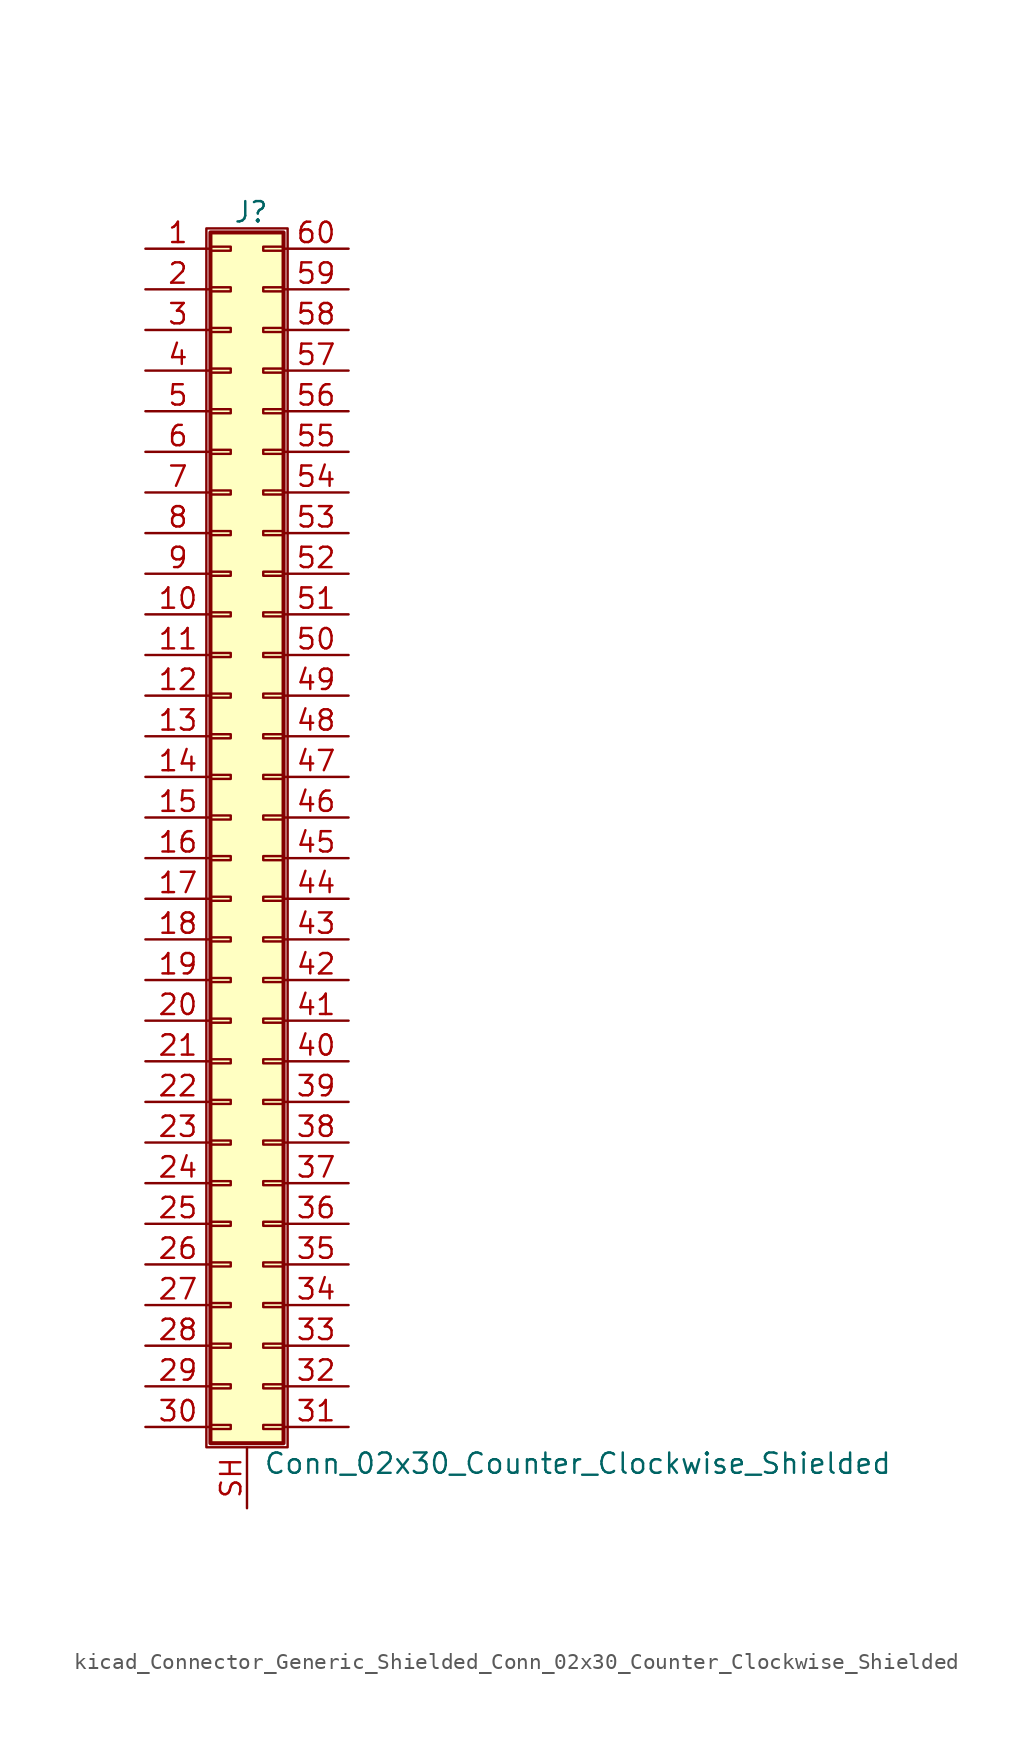
<source format=kicad_sym>
(kicad_symbol_lib
  (version 20220914)
  (generator kicad_symbol_editor)
  (symbol "kicad_Connector_Generic_Shielded_Conn_02x30_Counter_Clockwise_Shielded"
    (pin_names
      (offset 1.016) hide)
    (property "Reference" "J"
      (at 1.524 37.846 0)
      (effects (font (size 1.27 1.27))))
    (property "Value" "Conn_02x30_Counter_Clockwise_Shielded"
      (at 2.286 -40.386 0)
      (effects (font (size 1.27 1.27)) (justify left)))
    (symbol "kicad_Connector_Generic_Shielded_Conn_02x30_Counter_Clockwise_Shielded_1_1"
      (rectangle (start -1.27 36.83) (end 3.81 -39.37) (stroke (width 0.152) (type default)) (fill (type none)))
      (rectangle (start -1.016 -37.973) (end 0.254 -38.227) (stroke (width 0.152) (type default)) (fill (type none)))
      (rectangle (start -1.016 -35.433) (end 0.254 -35.687) (stroke (width 0.152) (type default)) (fill (type none)))
      (rectangle (start -1.016 -32.893) (end 0.254 -33.147) (stroke (width 0.152) (type default)) (fill (type none)))
      (rectangle (start -1.016 -30.353) (end 0.254 -30.607) (stroke (width 0.152) (type default)) (fill (type none)))
      (rectangle (start -1.016 -27.813) (end 0.254 -28.067) (stroke (width 0.152) (type default)) (fill (type none)))
      (rectangle (start -1.016 -25.273) (end 0.254 -25.527) (stroke (width 0.152) (type default)) (fill (type none)))
      (rectangle (start -1.016 -22.733) (end 0.254 -22.987) (stroke (width 0.152) (type default)) (fill (type none)))
      (rectangle (start -1.016 -20.193) (end 0.254 -20.447) (stroke (width 0.152) (type default)) (fill (type none)))
      (rectangle (start -1.016 -17.653) (end 0.254 -17.907) (stroke (width 0.152) (type default)) (fill (type none)))
      (rectangle (start -1.016 -15.113) (end 0.254 -15.367) (stroke (width 0.152) (type default)) (fill (type none)))
      (rectangle (start -1.016 -12.573) (end 0.254 -12.827) (stroke (width 0.152) (type default)) (fill (type none)))
      (rectangle (start -1.016 -10.033) (end 0.254 -10.287) (stroke (width 0.152) (type default)) (fill (type none)))
      (rectangle (start -1.016 -7.493) (end 0.254 -7.747) (stroke (width 0.152) (type default)) (fill (type none)))
      (rectangle (start -1.016 -4.953) (end 0.254 -5.207) (stroke (width 0.152) (type default)) (fill (type none)))
      (rectangle (start -1.016 -2.413) (end 0.254 -2.667) (stroke (width 0.152) (type default)) (fill (type none)))
      (rectangle (start -1.016 0.127) (end 0.254 -0.127) (stroke (width 0.152) (type default)) (fill (type none)))
      (rectangle (start -1.016 2.667) (end 0.254 2.413) (stroke (width 0.152) (type default)) (fill (type none)))
      (rectangle (start -1.016 5.207) (end 0.254 4.953) (stroke (width 0.152) (type default)) (fill (type none)))
      (rectangle (start -1.016 7.747) (end 0.254 7.493) (stroke (width 0.152) (type default)) (fill (type none)))
      (rectangle (start -1.016 10.287) (end 0.254 10.033) (stroke (width 0.152) (type default)) (fill (type none)))
      (rectangle (start -1.016 12.827) (end 0.254 12.573) (stroke (width 0.152) (type default)) (fill (type none)))
      (rectangle (start -1.016 15.367) (end 0.254 15.113) (stroke (width 0.152) (type default)) (fill (type none)))
      (rectangle (start -1.016 17.907) (end 0.254 17.653) (stroke (width 0.152) (type default)) (fill (type none)))
      (rectangle (start -1.016 20.447) (end 0.254 20.193) (stroke (width 0.152) (type default)) (fill (type none)))
      (rectangle (start -1.016 22.987) (end 0.254 22.733) (stroke (width 0.152) (type default)) (fill (type none)))
      (rectangle (start -1.016 25.527) (end 0.254 25.273) (stroke (width 0.152) (type default)) (fill (type none)))
      (rectangle (start -1.016 28.067) (end 0.254 27.813) (stroke (width 0.152) (type default)) (fill (type none)))
      (rectangle (start -1.016 30.607) (end 0.254 30.353) (stroke (width 0.152) (type default)) (fill (type none)))
      (rectangle (start -1.016 33.147) (end 0.254 32.893) (stroke (width 0.152) (type default)) (fill (type none)))
      (rectangle (start -1.016 35.687) (end 0.254 35.433) (stroke (width 0.152) (type default)) (fill (type none)))
      (rectangle (start -1.016 36.576) (end 3.556 -39.116) (stroke (width 0.254) (type default)) (fill (type background)))
      (rectangle (start 3.556 -37.973) (end 2.286 -38.227) (stroke (width 0.152) (type default)) (fill (type none)))
      (rectangle (start 3.556 -35.433) (end 2.286 -35.687) (stroke (width 0.152) (type default)) (fill (type none)))
      (rectangle (start 3.556 -32.893) (end 2.286 -33.147) (stroke (width 0.152) (type default)) (fill (type none)))
      (rectangle (start 3.556 -30.353) (end 2.286 -30.607) (stroke (width 0.152) (type default)) (fill (type none)))
      (rectangle (start 3.556 -27.813) (end 2.286 -28.067) (stroke (width 0.152) (type default)) (fill (type none)))
      (rectangle (start 3.556 -25.273) (end 2.286 -25.527) (stroke (width 0.152) (type default)) (fill (type none)))
      (rectangle (start 3.556 -22.733) (end 2.286 -22.987) (stroke (width 0.152) (type default)) (fill (type none)))
      (rectangle (start 3.556 -20.193) (end 2.286 -20.447) (stroke (width 0.152) (type default)) (fill (type none)))
      (rectangle (start 3.556 -17.653) (end 2.286 -17.907) (stroke (width 0.152) (type default)) (fill (type none)))
      (rectangle (start 3.556 -15.113) (end 2.286 -15.367) (stroke (width 0.152) (type default)) (fill (type none)))
      (rectangle (start 3.556 -12.573) (end 2.286 -12.827) (stroke (width 0.152) (type default)) (fill (type none)))
      (rectangle (start 3.556 -10.033) (end 2.286 -10.287) (stroke (width 0.152) (type default)) (fill (type none)))
      (rectangle (start 3.556 -7.493) (end 2.286 -7.747) (stroke (width 0.152) (type default)) (fill (type none)))
      (rectangle (start 3.556 -4.953) (end 2.286 -5.207) (stroke (width 0.152) (type default)) (fill (type none)))
      (rectangle (start 3.556 -2.413) (end 2.286 -2.667) (stroke (width 0.152) (type default)) (fill (type none)))
      (rectangle (start 3.556 0.127) (end 2.286 -0.127) (stroke (width 0.152) (type default)) (fill (type none)))
      (rectangle (start 3.556 2.667) (end 2.286 2.413) (stroke (width 0.152) (type default)) (fill (type none)))
      (rectangle (start 3.556 5.207) (end 2.286 4.953) (stroke (width 0.152) (type default)) (fill (type none)))
      (rectangle (start 3.556 7.747) (end 2.286 7.493) (stroke (width 0.152) (type default)) (fill (type none)))
      (rectangle (start 3.556 10.287) (end 2.286 10.033) (stroke (width 0.152) (type default)) (fill (type none)))
      (rectangle (start 3.556 12.827) (end 2.286 12.573) (stroke (width 0.152) (type default)) (fill (type none)))
      (rectangle (start 3.556 15.367) (end 2.286 15.113) (stroke (width 0.152) (type default)) (fill (type none)))
      (rectangle (start 3.556 17.907) (end 2.286 17.653) (stroke (width 0.152) (type default)) (fill (type none)))
      (rectangle (start 3.556 20.447) (end 2.286 20.193) (stroke (width 0.152) (type default)) (fill (type none)))
      (rectangle (start 3.556 22.987) (end 2.286 22.733) (stroke (width 0.152) (type default)) (fill (type none)))
      (rectangle (start 3.556 25.527) (end 2.286 25.273) (stroke (width 0.152) (type default)) (fill (type none)))
      (rectangle (start 3.556 28.067) (end 2.286 27.813) (stroke (width 0.152) (type default)) (fill (type none)))
      (rectangle (start 3.556 30.607) (end 2.286 30.353) (stroke (width 0.152) (type default)) (fill (type none)))
      (rectangle (start 3.556 33.147) (end 2.286 32.893) (stroke (width 0.152) (type default)) (fill (type none)))
      (rectangle (start 3.556 35.687) (end 2.286 35.433) (stroke (width 0.152) (type default)) (fill (type none)))
      (pin passive line (at -5.08 35.56 0) (length 4.064) (name "Pin_1" (effects (font (size 1.27 1.27)))) (number "1" (effects (font (size 1.27 1.27)))))
      (pin passive line (at -5.08 12.7 0) (length 4.064) (name "Pin_10" (effects (font (size 1.27 1.27)))) (number "10" (effects (font (size 1.27 1.27)))))
      (pin passive line (at -5.08 10.16 0) (length 4.064) (name "Pin_11" (effects (font (size 1.27 1.27)))) (number "11" (effects (font (size 1.27 1.27)))))
      (pin passive line (at -5.08 7.62 0) (length 4.064) (name "Pin_12" (effects (font (size 1.27 1.27)))) (number "12" (effects (font (size 1.27 1.27)))))
      (pin passive line (at -5.08 5.08 0) (length 4.064) (name "Pin_13" (effects (font (size 1.27 1.27)))) (number "13" (effects (font (size 1.27 1.27)))))
      (pin passive line (at -5.08 2.54 0) (length 4.064) (name "Pin_14" (effects (font (size 1.27 1.27)))) (number "14" (effects (font (size 1.27 1.27)))))
      (pin passive line (at -5.08 0 0) (length 4.064) (name "Pin_15" (effects (font (size 1.27 1.27)))) (number "15" (effects (font (size 1.27 1.27)))))
      (pin passive line (at -5.08 -2.54 0) (length 4.064) (name "Pin_16" (effects (font (size 1.27 1.27)))) (number "16" (effects (font (size 1.27 1.27)))))
      (pin passive line (at -5.08 -5.08 0) (length 4.064) (name "Pin_17" (effects (font (size 1.27 1.27)))) (number "17" (effects (font (size 1.27 1.27)))))
      (pin passive line (at -5.08 -7.62 0) (length 4.064) (name "Pin_18" (effects (font (size 1.27 1.27)))) (number "18" (effects (font (size 1.27 1.27)))))
      (pin passive line (at -5.08 -10.16 0) (length 4.064) (name "Pin_19" (effects (font (size 1.27 1.27)))) (number "19" (effects (font (size 1.27 1.27)))))
      (pin passive line (at -5.08 33.02 0) (length 4.064) (name "Pin_2" (effects (font (size 1.27 1.27)))) (number "2" (effects (font (size 1.27 1.27)))))
      (pin passive line (at -5.08 -12.7 0) (length 4.064) (name "Pin_20" (effects (font (size 1.27 1.27)))) (number "20" (effects (font (size 1.27 1.27)))))
      (pin passive line (at -5.08 -15.24 0) (length 4.064) (name "Pin_21" (effects (font (size 1.27 1.27)))) (number "21" (effects (font (size 1.27 1.27)))))
      (pin passive line (at -5.08 -17.78 0) (length 4.064) (name "Pin_22" (effects (font (size 1.27 1.27)))) (number "22" (effects (font (size 1.27 1.27)))))
      (pin passive line (at -5.08 -20.32 0) (length 4.064) (name "Pin_23" (effects (font (size 1.27 1.27)))) (number "23" (effects (font (size 1.27 1.27)))))
      (pin passive line (at -5.08 -22.86 0) (length 4.064) (name "Pin_24" (effects (font (size 1.27 1.27)))) (number "24" (effects (font (size 1.27 1.27)))))
      (pin passive line (at -5.08 -25.4 0) (length 4.064) (name "Pin_25" (effects (font (size 1.27 1.27)))) (number "25" (effects (font (size 1.27 1.27)))))
      (pin passive line (at -5.08 -27.94 0) (length 4.064) (name "Pin_26" (effects (font (size 1.27 1.27)))) (number "26" (effects (font (size 1.27 1.27)))))
      (pin passive line (at -5.08 -30.48 0) (length 4.064) (name "Pin_27" (effects (font (size 1.27 1.27)))) (number "27" (effects (font (size 1.27 1.27)))))
      (pin passive line (at -5.08 -33.02 0) (length 4.064) (name "Pin_28" (effects (font (size 1.27 1.27)))) (number "28" (effects (font (size 1.27 1.27)))))
      (pin passive line (at -5.08 -35.56 0) (length 4.064) (name "Pin_29" (effects (font (size 1.27 1.27)))) (number "29" (effects (font (size 1.27 1.27)))))
      (pin passive line (at -5.08 30.48 0) (length 4.064) (name "Pin_3" (effects (font (size 1.27 1.27)))) (number "3" (effects (font (size 1.27 1.27)))))
      (pin passive line (at -5.08 -38.1 0) (length 4.064) (name "Pin_30" (effects (font (size 1.27 1.27)))) (number "30" (effects (font (size 1.27 1.27)))))
      (pin passive line (at 7.62 -38.1 180) (length 4.064) (name "Pin_31" (effects (font (size 1.27 1.27)))) (number "31" (effects (font (size 1.27 1.27)))))
      (pin passive line (at 7.62 -35.56 180) (length 4.064) (name "Pin_32" (effects (font (size 1.27 1.27)))) (number "32" (effects (font (size 1.27 1.27)))))
      (pin passive line (at 7.62 -33.02 180) (length 4.064) (name "Pin_33" (effects (font (size 1.27 1.27)))) (number "33" (effects (font (size 1.27 1.27)))))
      (pin passive line (at 7.62 -30.48 180) (length 4.064) (name "Pin_34" (effects (font (size 1.27 1.27)))) (number "34" (effects (font (size 1.27 1.27)))))
      (pin passive line (at 7.62 -27.94 180) (length 4.064) (name "Pin_35" (effects (font (size 1.27 1.27)))) (number "35" (effects (font (size 1.27 1.27)))))
      (pin passive line (at 7.62 -25.4 180) (length 4.064) (name "Pin_36" (effects (font (size 1.27 1.27)))) (number "36" (effects (font (size 1.27 1.27)))))
      (pin passive line (at 7.62 -22.86 180) (length 4.064) (name "Pin_37" (effects (font (size 1.27 1.27)))) (number "37" (effects (font (size 1.27 1.27)))))
      (pin passive line (at 7.62 -20.32 180) (length 4.064) (name "Pin_38" (effects (font (size 1.27 1.27)))) (number "38" (effects (font (size 1.27 1.27)))))
      (pin passive line (at 7.62 -17.78 180) (length 4.064) (name "Pin_39" (effects (font (size 1.27 1.27)))) (number "39" (effects (font (size 1.27 1.27)))))
      (pin passive line (at -5.08 27.94 0) (length 4.064) (name "Pin_4" (effects (font (size 1.27 1.27)))) (number "4" (effects (font (size 1.27 1.27)))))
      (pin passive line (at 7.62 -15.24 180) (length 4.064) (name "Pin_40" (effects (font (size 1.27 1.27)))) (number "40" (effects (font (size 1.27 1.27)))))
      (pin passive line (at 7.62 -12.7 180) (length 4.064) (name "Pin_41" (effects (font (size 1.27 1.27)))) (number "41" (effects (font (size 1.27 1.27)))))
      (pin passive line (at 7.62 -10.16 180) (length 4.064) (name "Pin_42" (effects (font (size 1.27 1.27)))) (number "42" (effects (font (size 1.27 1.27)))))
      (pin passive line (at 7.62 -7.62 180) (length 4.064) (name "Pin_43" (effects (font (size 1.27 1.27)))) (number "43" (effects (font (size 1.27 1.27)))))
      (pin passive line (at 7.62 -5.08 180) (length 4.064) (name "Pin_44" (effects (font (size 1.27 1.27)))) (number "44" (effects (font (size 1.27 1.27)))))
      (pin passive line (at 7.62 -2.54 180) (length 4.064) (name "Pin_45" (effects (font (size 1.27 1.27)))) (number "45" (effects (font (size 1.27 1.27)))))
      (pin passive line (at 7.62 0 180) (length 4.064) (name "Pin_46" (effects (font (size 1.27 1.27)))) (number "46" (effects (font (size 1.27 1.27)))))
      (pin passive line (at 7.62 2.54 180) (length 4.064) (name "Pin_47" (effects (font (size 1.27 1.27)))) (number "47" (effects (font (size 1.27 1.27)))))
      (pin passive line (at 7.62 5.08 180) (length 4.064) (name "Pin_48" (effects (font (size 1.27 1.27)))) (number "48" (effects (font (size 1.27 1.27)))))
      (pin passive line (at 7.62 7.62 180) (length 4.064) (name "Pin_49" (effects (font (size 1.27 1.27)))) (number "49" (effects (font (size 1.27 1.27)))))
      (pin passive line (at -5.08 25.4 0) (length 4.064) (name "Pin_5" (effects (font (size 1.27 1.27)))) (number "5" (effects (font (size 1.27 1.27)))))
      (pin passive line (at 7.62 10.16 180) (length 4.064) (name "Pin_50" (effects (font (size 1.27 1.27)))) (number "50" (effects (font (size 1.27 1.27)))))
      (pin passive line (at 7.62 12.7 180) (length 4.064) (name "Pin_51" (effects (font (size 1.27 1.27)))) (number "51" (effects (font (size 1.27 1.27)))))
      (pin passive line (at 7.62 15.24 180) (length 4.064) (name "Pin_52" (effects (font (size 1.27 1.27)))) (number "52" (effects (font (size 1.27 1.27)))))
      (pin passive line (at 7.62 17.78 180) (length 4.064) (name "Pin_53" (effects (font (size 1.27 1.27)))) (number "53" (effects (font (size 1.27 1.27)))))
      (pin passive line (at 7.62 20.32 180) (length 4.064) (name "Pin_54" (effects (font (size 1.27 1.27)))) (number "54" (effects (font (size 1.27 1.27)))))
      (pin passive line (at 7.62 22.86 180) (length 4.064) (name "Pin_55" (effects (font (size 1.27 1.27)))) (number "55" (effects (font (size 1.27 1.27)))))
      (pin passive line (at 7.62 25.4 180) (length 4.064) (name "Pin_56" (effects (font (size 1.27 1.27)))) (number "56" (effects (font (size 1.27 1.27)))))
      (pin passive line (at 7.62 27.94 180) (length 4.064) (name "Pin_57" (effects (font (size 1.27 1.27)))) (number "57" (effects (font (size 1.27 1.27)))))
      (pin passive line (at 7.62 30.48 180) (length 4.064) (name "Pin_58" (effects (font (size 1.27 1.27)))) (number "58" (effects (font (size 1.27 1.27)))))
      (pin passive line (at 7.62 33.02 180) (length 4.064) (name "Pin_59" (effects (font (size 1.27 1.27)))) (number "59" (effects (font (size 1.27 1.27)))))
      (pin passive line (at -5.08 22.86 0) (length 4.064) (name "Pin_6" (effects (font (size 1.27 1.27)))) (number "6" (effects (font (size 1.27 1.27)))))
      (pin passive line (at 7.62 35.56 180) (length 4.064) (name "Pin_60" (effects (font (size 1.27 1.27)))) (number "60" (effects (font (size 1.27 1.27)))))
      (pin passive line (at -5.08 20.32 0) (length 4.064) (name "Pin_7" (effects (font (size 1.27 1.27)))) (number "7" (effects (font (size 1.27 1.27)))))
      (pin passive line (at -5.08 17.78 0) (length 4.064) (name "Pin_8" (effects (font (size 1.27 1.27)))) (number "8" (effects (font (size 1.27 1.27)))))
      (pin passive line (at -5.08 15.24 0) (length 4.064) (name "Pin_9" (effects (font (size 1.27 1.27)))) (number "9" (effects (font (size 1.27 1.27)))))
      (pin passive line (at 1.27 -43.18 90) (length 3.81) (name "Shield" (effects (font (size 1.27 1.27)))) (number "SH" (effects (font (size 1.27 1.27))))))))
</source>
